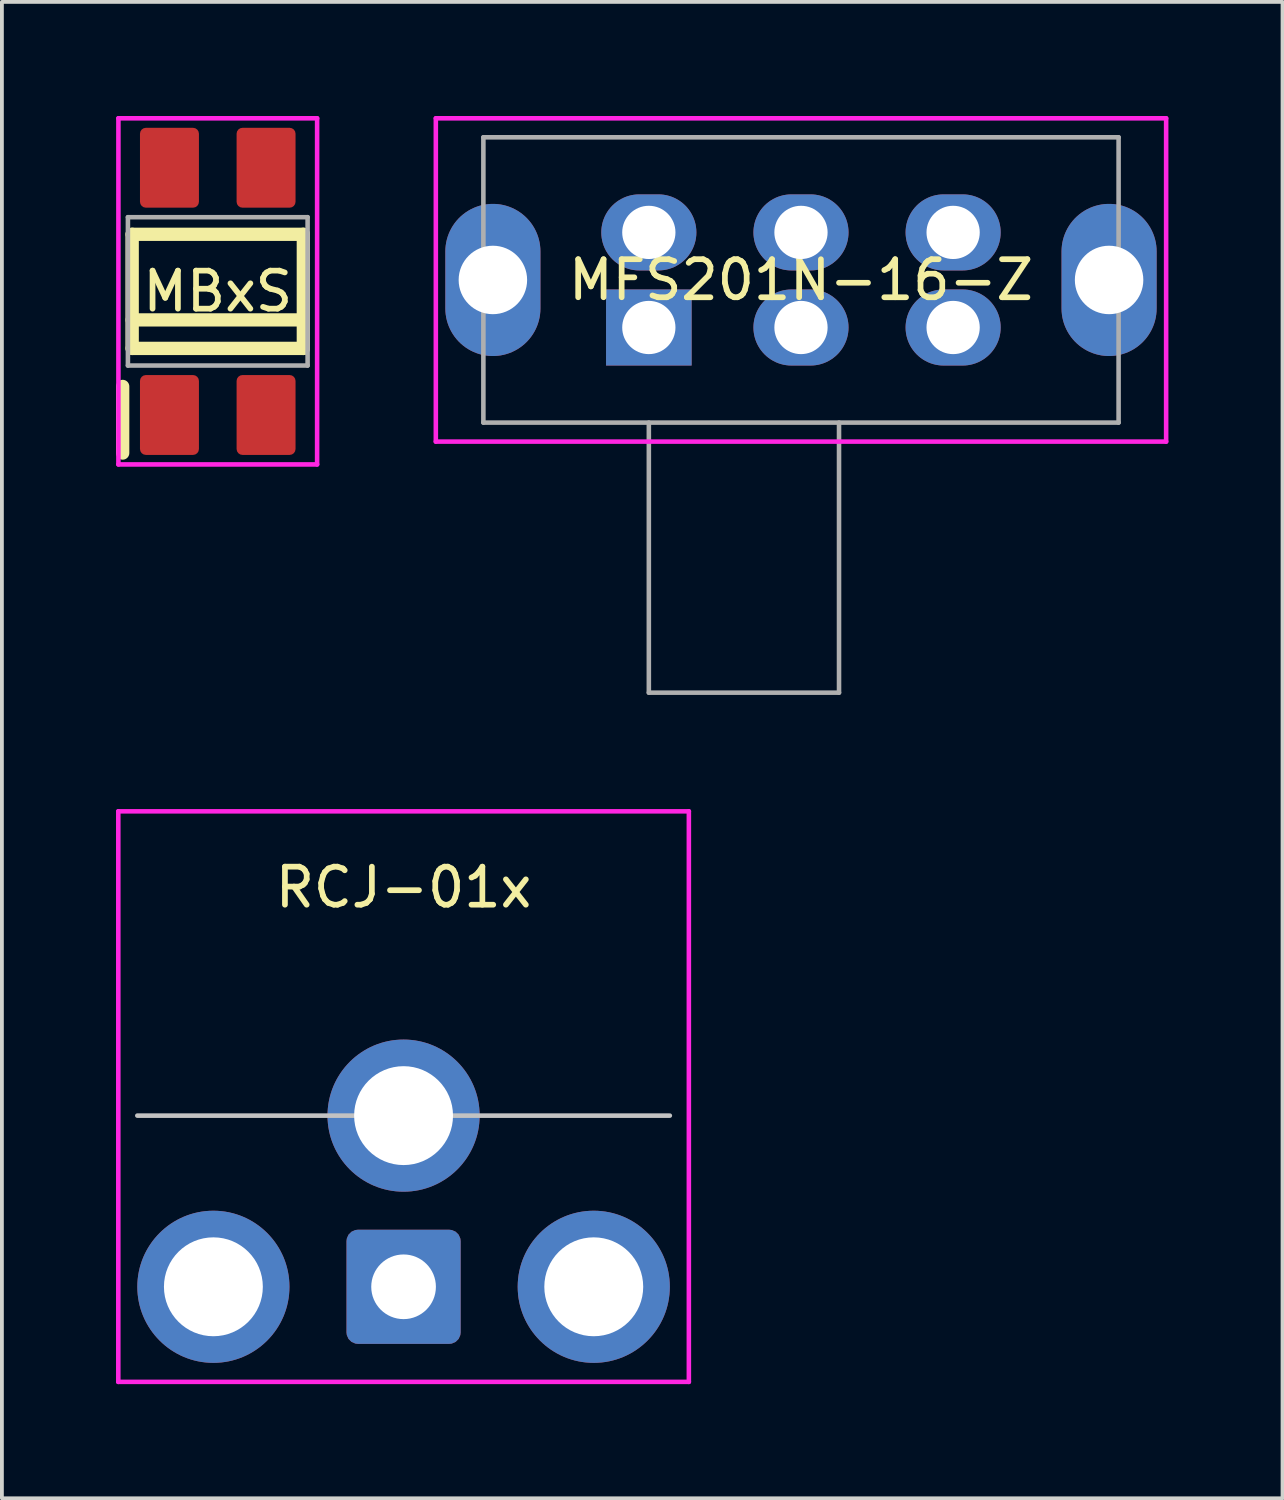
<source format=kicad_pcb>
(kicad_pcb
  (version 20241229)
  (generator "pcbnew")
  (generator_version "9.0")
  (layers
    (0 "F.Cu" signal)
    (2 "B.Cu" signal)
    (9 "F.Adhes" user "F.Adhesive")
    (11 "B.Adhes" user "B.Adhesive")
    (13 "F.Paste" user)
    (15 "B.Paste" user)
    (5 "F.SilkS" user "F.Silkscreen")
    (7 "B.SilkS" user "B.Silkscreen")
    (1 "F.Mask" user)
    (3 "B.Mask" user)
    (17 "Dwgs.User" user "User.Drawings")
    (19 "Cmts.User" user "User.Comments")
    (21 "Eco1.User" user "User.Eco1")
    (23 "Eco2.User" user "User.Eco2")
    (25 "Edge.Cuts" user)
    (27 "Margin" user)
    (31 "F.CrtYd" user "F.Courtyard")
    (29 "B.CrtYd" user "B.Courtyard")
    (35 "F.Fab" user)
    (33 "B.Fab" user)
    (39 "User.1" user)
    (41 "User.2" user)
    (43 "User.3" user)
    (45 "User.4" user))
  (footprint "MBxS"
    (layer "F.Cu")
    (at 2.675 4.61)
    (property "Reference" "MBxS" (at 0 0 0) (unlocked yes) (layer "F.SilkS") (effects (font (size 1 1) (thickness 0.15))))
    (attr smd)
    (fp_line (start -2.5 2.5) (end -2.5 4.25) (stroke (width 0.35) (type solid)) (layer "F.SilkS"))
    (fp_line (start -2.25 -1.5) (end -2.25 1.5) (stroke (width 0.35) (type solid)) (layer "F.SilkS"))
    (fp_line (start -2.25 0.75) (end 2.25 0.75) (stroke (width 0.35) (type solid)) (layer "F.SilkS"))
    (fp_line (start -2.25 1.5) (end 2.25 1.5) (stroke (width 0.35) (type solid)) (layer "F.SilkS"))
    (fp_line (start 2.25 -1.5) (end -2.25 -1.5) (stroke (width 0.35) (type solid)) (layer "F.SilkS"))
    (fp_line (start 2.25 1.5) (end 2.25 -1.5) (stroke (width 0.35) (type solid)) (layer "F.SilkS"))
    (fp_line (start -2.612 -4.55) (end -2.612 4.55) (stroke (width 0.12) (type solid)) (layer "F.CrtYd"))
    (fp_line (start -2.612 4.55) (end 2.612 4.55) (stroke (width 0.12) (type solid)) (layer "F.CrtYd"))
    (fp_line (start 2.612 -4.55) (end -2.612 -4.55) (stroke (width 0.12) (type solid)) (layer "F.CrtYd"))
    (fp_line (start 2.612 4.55) (end 2.612 -4.55) (stroke (width 0.12) (type solid)) (layer "F.CrtYd"))
    (fp_line (start -2.362 -1.95) (end -2.362 1.95) (stroke (width 0.12) (type solid)) (layer "F.Fab"))
    (fp_line (start -2.362 1.95) (end 2.362 1.95) (stroke (width 0.12) (type solid)) (layer "F.Fab"))
    (fp_line (start 2.362 -1.95) (end -2.362 -1.95) (stroke (width 0.12) (type solid)) (layer "F.Fab"))
    (fp_line (start 2.362 1.95) (end 2.362 -1.95) (stroke (width 0.12) (type solid)) (layer "F.Fab"))
    (pad "1" smd roundrect (at -1.27 3.25 90) (size 2.1 1.55) (layers "F.Cu" "F.Mask" "F.Paste") (roundrect_rratio 0.1))
    (pad "2" smd roundrect (at 1.27 3.25 90) (size 2.1 1.55) (layers "F.Cu" "F.Mask" "F.Paste") (roundrect_rratio 0.1))
    (pad "3" smd roundrect (at 1.27 -3.25 90) (size 2.1 1.55) (layers "F.Cu" "F.Mask" "F.Paste") (roundrect_rratio 0.1))
    (pad "4" smd roundrect (at -1.27 -3.25 90) (size 2.1 1.55) (layers "F.Cu" "F.Mask" "F.Paste") (roundrect_rratio 0.1)))
  (footprint "MFS201N-16-Z"
    (layer "F.Cu")
    (at 18.008 4.31)
    (property "Reference" "MFS201N-16-Z" (at 0 0 0) (unlocked yes) (layer "F.SilkS") (effects (font (size 1 1) (thickness 0.15))))
    (attr through_hole)
    (fp_line (start -9.6 -4.25) (end 9.6 -4.25) (stroke (width 0.12) (type solid)) (layer "F.CrtYd"))
    (fp_line (start -9.6 4.25) (end -9.6 -4.25) (stroke (width 0.12) (type solid)) (layer "F.CrtYd"))
    (fp_line (start 9.6 -4.25) (end 9.6 4.25) (stroke (width 0.12) (type solid)) (layer "F.CrtYd"))
    (fp_line (start 9.6 4.25) (end -9.6 4.25) (stroke (width 0.12) (type solid)) (layer "F.CrtYd"))
    (fp_line (start -8.35 -3.75) (end -8.35 3.75) (stroke (width 0.12) (type solid)) (layer "F.Fab"))
    (fp_line (start -8.35 3.75) (end 8.35 3.75) (stroke (width 0.12) (type solid)) (layer "F.Fab"))
    (fp_line (start -4 3.75) (end -4 10.85) (stroke (width 0.12) (type solid)) (layer "F.Fab"))
    (fp_line (start -4 10.85) (end 1 10.85) (stroke (width 0.12) (type solid)) (layer "F.Fab"))
    (fp_line (start 1 10.85) (end 1 3.75) (stroke (width 0.12) (type solid)) (layer "F.Fab"))
    (fp_line (start 8.35 -3.75) (end -8.35 -3.75) (stroke (width 0.12) (type solid)) (layer "F.Fab"))
    (fp_line (start 8.35 3.75) (end 8.35 -3.75) (stroke (width 0.12) (type solid)) (layer "F.Fab"))
    (pad "1" thru_hole rect (at -4 1.25) (size 2.25 2) (drill 1.4) (layers "*.Cu" "*.Mask"))
    (pad "2" thru_hole oval (at 0 1.25) (size 2.5 2) (drill 1.4) (layers "*.Cu" "*.Mask"))
    (pad "3" thru_hole oval (at 4 1.25) (size 2.5 2) (drill 1.4) (layers "*.Cu" "*.Mask"))
    (pad "4" thru_hole oval (at -4 -1.25) (size 2.5 2) (drill 1.4) (layers "*.Cu" "*.Mask"))
    (pad "5" thru_hole oval (at 0 -1.25) (size 2.5 2) (drill 1.4) (layers "*.Cu" "*.Mask"))
    (pad "6" thru_hole oval (at 4 -1.25) (size 2.5 2) (drill 1.4) (layers "*.Cu" "*.Mask"))
    (pad "SH" thru_hole oval (at -8.1 0) (size 2.5 4) (drill 1.8) (layers "*.Cu" "*.Mask"))
    (pad "SH" thru_hole oval (at 8.1 0) (size 2.5 4) (drill 1.8) (layers "*.Cu" "*.Mask")))
  (footprint "RCJ-01x"
    (layer "F.Cu")
    (at 7.56 30.78)
    (property "Reference" "RCJ-01x" (at 0 -10.5 0) (unlocked yes) (layer "F.SilkS") (effects (font (size 1 1) (thickness 0.15))))
    (attr through_hole)
    (fp_line (start -7 -4.5) (end 7 -4.5) (stroke (width 0.12) (type solid)) (layer "Dwgs.User"))
    (fp_line (start -7.5 -12.5) (end 7.5 -12.5) (stroke (width 0.12) (type solid)) (layer "F.CrtYd"))
    (fp_line (start -7.5 2.5) (end -7.5 -12.5) (stroke (width 0.12) (type solid)) (layer "F.CrtYd"))
    (fp_line (start 7.5 -12.5) (end 7.5 2.5) (stroke (width 0.12) (type solid)) (layer "F.CrtYd"))
    (fp_line (start 7.5 2.5) (end -7.5 2.5) (stroke (width 0.12) (type solid)) (layer "F.CrtYd"))
    (pad "1" thru_hole roundrect (at 0 0) (size 3 3) (drill 1.7) (layers "*.Cu" "*.Mask") (roundrect_rratio 0.1))
    (pad "2" thru_hole circle (at -5 0) (size 4 4) (drill 2.6) (layers "*.Cu" "*.Mask"))
    (pad "2" thru_hole circle (at 0 -4.5) (size 4 4) (drill 2.6) (layers "*.Cu" "*.Mask"))
    (pad "2" thru_hole circle (at 5 0) (size 4 4) (drill 2.6) (layers "*.Cu" "*.Mask")))
  (gr_rect
    (start -3 -3)
    (end 30.668 36.34)
    (stroke (width 0.1) (type default))
    (fill no)
    (layer "Edge.Cuts")))
</source>
